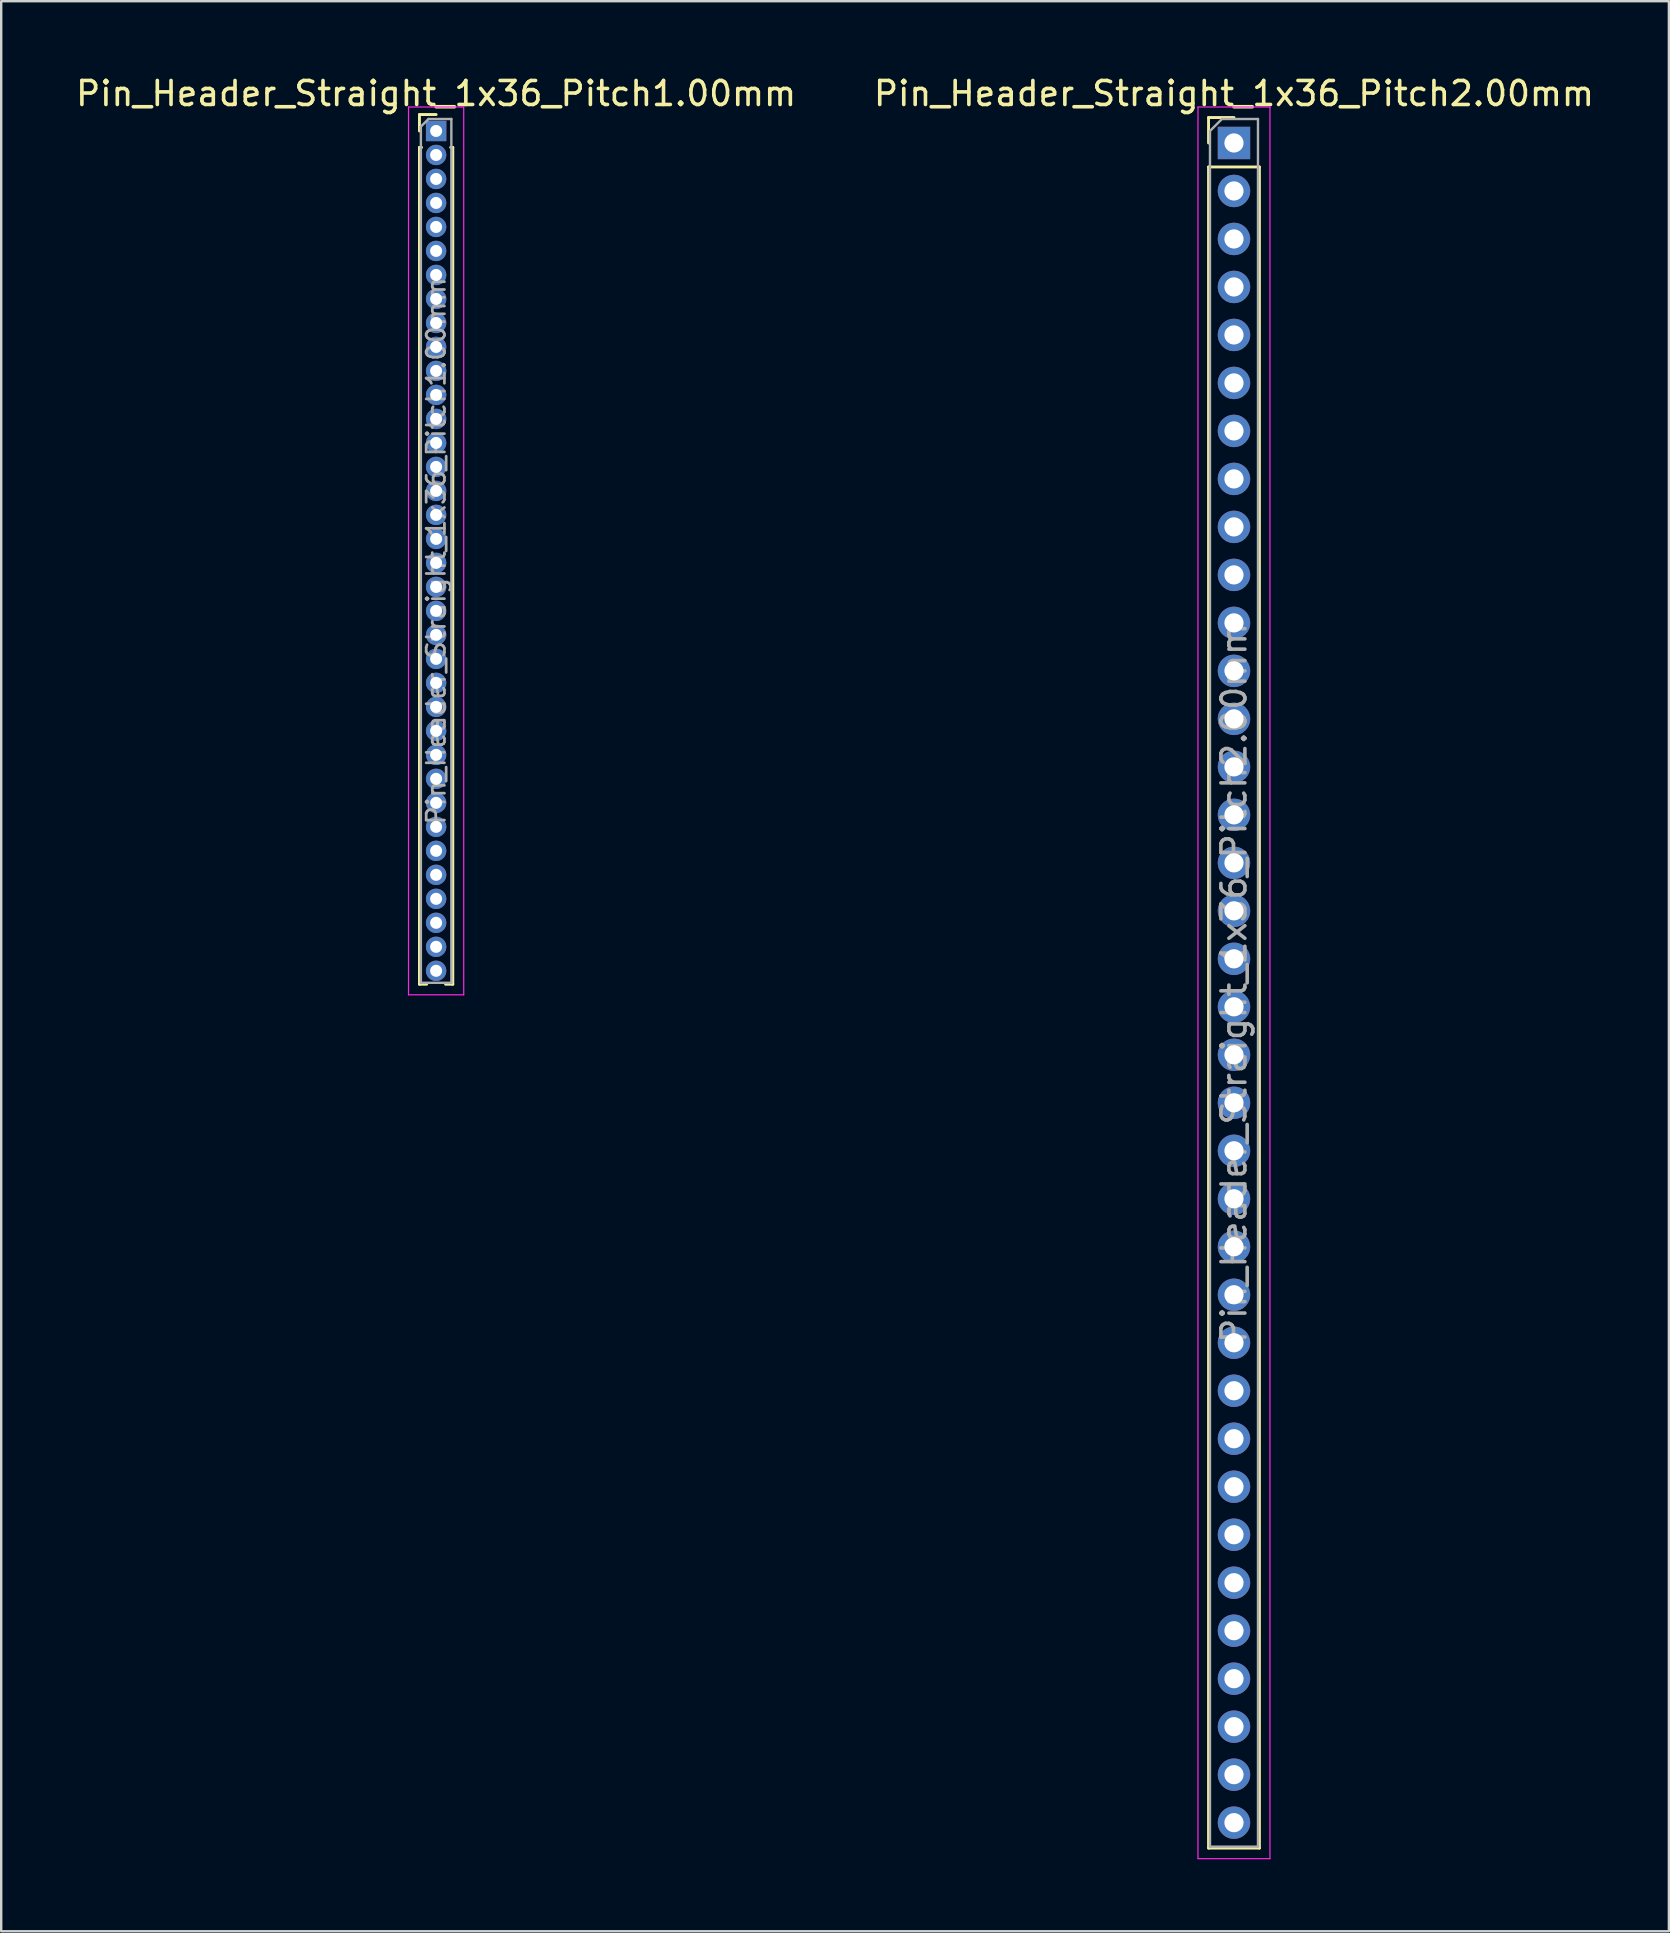
<source format=kicad_pcb>
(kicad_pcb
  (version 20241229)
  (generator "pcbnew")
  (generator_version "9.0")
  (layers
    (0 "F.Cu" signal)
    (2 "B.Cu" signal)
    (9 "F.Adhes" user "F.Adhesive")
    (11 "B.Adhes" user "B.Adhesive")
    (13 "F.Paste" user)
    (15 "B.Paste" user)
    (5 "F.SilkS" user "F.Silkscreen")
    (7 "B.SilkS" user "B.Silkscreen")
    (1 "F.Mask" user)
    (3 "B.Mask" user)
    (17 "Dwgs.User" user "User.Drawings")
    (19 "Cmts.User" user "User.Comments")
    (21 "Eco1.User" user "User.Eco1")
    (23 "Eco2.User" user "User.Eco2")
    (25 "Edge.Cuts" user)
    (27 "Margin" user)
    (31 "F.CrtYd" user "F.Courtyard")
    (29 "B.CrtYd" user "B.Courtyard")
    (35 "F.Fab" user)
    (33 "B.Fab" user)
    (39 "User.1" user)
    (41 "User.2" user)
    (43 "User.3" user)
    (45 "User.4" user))
  (footprint "Pin_Header_Straight_1x36_Pitch1.00mm"
    (layer "F.Cu")
    (at 15.125 2.408)
    (property "Reference" "Pin_Header_Straight_1x36_Pitch1.00mm" (at 0 -1.56 0) (layer "F.SilkS") (effects (font (size 1 1) (thickness 0.15))))
    (attr through_hole)
    (fp_line (start -0.695 -0.685) (end 0 -0.685) (stroke (width 0.12) (type solid)) (layer "F.SilkS"))
    (fp_line (start -0.695 0) (end -0.695 -0.685) (stroke (width 0.12) (type solid)) (layer "F.SilkS"))
    (fp_line (start -0.695 0.685) (end -0.695 35.56) (stroke (width 0.12) (type solid)) (layer "F.SilkS"))
    (fp_line (start -0.695 0.685) (end -0.608 0.685) (stroke (width 0.12) (type solid)) (layer "F.SilkS"))
    (fp_line (start -0.695 35.56) (end -0.394 35.56) (stroke (width 0.12) (type solid)) (layer "F.SilkS"))
    (fp_line (start 0.394 35.56) (end 0.695 35.56) (stroke (width 0.12) (type solid)) (layer "F.SilkS"))
    (fp_line (start 0.608 0.685) (end 0.695 0.685) (stroke (width 0.12) (type solid)) (layer "F.SilkS"))
    (fp_line (start 0.695 0.685) (end 0.695 35.56) (stroke (width 0.12) (type solid)) (layer "F.SilkS"))
    (fp_line (start -1.15 -1) (end -1.15 36) (stroke (width 0.05) (type solid)) (layer "F.CrtYd"))
    (fp_line (start -1.15 36) (end 1.15 36) (stroke (width 0.05) (type solid)) (layer "F.CrtYd"))
    (fp_line (start 1.15 -1) (end -1.15 -1) (stroke (width 0.05) (type solid)) (layer "F.CrtYd"))
    (fp_line (start 1.15 36) (end 1.15 -1) (stroke (width 0.05) (type solid)) (layer "F.CrtYd"))
    (fp_line (start -0.635 -0.182) (end -0.318 -0.5) (stroke (width 0.1) (type solid)) (layer "F.Fab"))
    (fp_line (start -0.635 35.5) (end -0.635 -0.182) (stroke (width 0.1) (type solid)) (layer "F.Fab"))
    (fp_line (start -0.318 -0.5) (end 0.635 -0.5) (stroke (width 0.1) (type solid)) (layer "F.Fab"))
    (fp_line (start 0.635 -0.5) (end 0.635 35.5) (stroke (width 0.1) (type solid)) (layer "F.Fab"))
    (fp_line (start 0.635 35.5) (end -0.635 35.5) (stroke (width 0.1) (type solid)) (layer "F.Fab"))
    (fp_text user "${REFERENCE}" (at 0 17.5 90) (layer "F.Fab") (effects (font (size 0.76 0.76) (thickness 0.114))))
    (pad "1" thru_hole rect (at 0 0) (size 0.85 0.85) (drill 0.5) (layers "*.Cu" "*.Mask"))
    (pad "2" thru_hole oval (at 0 1) (size 0.85 0.85) (drill 0.5) (layers "*.Cu" "*.Mask"))
    (pad "3" thru_hole oval (at 0 2) (size 0.85 0.85) (drill 0.5) (layers "*.Cu" "*.Mask"))
    (pad "4" thru_hole oval (at 0 3) (size 0.85 0.85) (drill 0.5) (layers "*.Cu" "*.Mask"))
    (pad "5" thru_hole oval (at 0 4) (size 0.85 0.85) (drill 0.5) (layers "*.Cu" "*.Mask"))
    (pad "6" thru_hole oval (at 0 5) (size 0.85 0.85) (drill 0.5) (layers "*.Cu" "*.Mask"))
    (pad "7" thru_hole oval (at 0 6) (size 0.85 0.85) (drill 0.5) (layers "*.Cu" "*.Mask"))
    (pad "8" thru_hole oval (at 0 7) (size 0.85 0.85) (drill 0.5) (layers "*.Cu" "*.Mask"))
    (pad "9" thru_hole oval (at 0 8) (size 0.85 0.85) (drill 0.5) (layers "*.Cu" "*.Mask"))
    (pad "10" thru_hole oval (at 0 9) (size 0.85 0.85) (drill 0.5) (layers "*.Cu" "*.Mask"))
    (pad "11" thru_hole oval (at 0 10) (size 0.85 0.85) (drill 0.5) (layers "*.Cu" "*.Mask"))
    (pad "12" thru_hole oval (at 0 11) (size 0.85 0.85) (drill 0.5) (layers "*.Cu" "*.Mask"))
    (pad "13" thru_hole oval (at 0 12) (size 0.85 0.85) (drill 0.5) (layers "*.Cu" "*.Mask"))
    (pad "14" thru_hole oval (at 0 13) (size 0.85 0.85) (drill 0.5) (layers "*.Cu" "*.Mask"))
    (pad "15" thru_hole oval (at 0 14) (size 0.85 0.85) (drill 0.5) (layers "*.Cu" "*.Mask"))
    (pad "16" thru_hole oval (at 0 15) (size 0.85 0.85) (drill 0.5) (layers "*.Cu" "*.Mask"))
    (pad "17" thru_hole oval (at 0 16) (size 0.85 0.85) (drill 0.5) (layers "*.Cu" "*.Mask"))
    (pad "18" thru_hole oval (at 0 17) (size 0.85 0.85) (drill 0.5) (layers "*.Cu" "*.Mask"))
    (pad "19" thru_hole oval (at 0 18) (size 0.85 0.85) (drill 0.5) (layers "*.Cu" "*.Mask"))
    (pad "20" thru_hole oval (at 0 19) (size 0.85 0.85) (drill 0.5) (layers "*.Cu" "*.Mask"))
    (pad "21" thru_hole oval (at 0 20) (size 0.85 0.85) (drill 0.5) (layers "*.Cu" "*.Mask"))
    (pad "22" thru_hole oval (at 0 21) (size 0.85 0.85) (drill 0.5) (layers "*.Cu" "*.Mask"))
    (pad "23" thru_hole oval (at 0 22) (size 0.85 0.85) (drill 0.5) (layers "*.Cu" "*.Mask"))
    (pad "24" thru_hole oval (at 0 23) (size 0.85 0.85) (drill 0.5) (layers "*.Cu" "*.Mask"))
    (pad "25" thru_hole oval (at 0 24) (size 0.85 0.85) (drill 0.5) (layers "*.Cu" "*.Mask"))
    (pad "26" thru_hole oval (at 0 25) (size 0.85 0.85) (drill 0.5) (layers "*.Cu" "*.Mask"))
    (pad "27" thru_hole oval (at 0 26) (size 0.85 0.85) (drill 0.5) (layers "*.Cu" "*.Mask"))
    (pad "28" thru_hole oval (at 0 27) (size 0.85 0.85) (drill 0.5) (layers "*.Cu" "*.Mask"))
    (pad "29" thru_hole oval (at 0 28) (size 0.85 0.85) (drill 0.5) (layers "*.Cu" "*.Mask"))
    (pad "30" thru_hole oval (at 0 29) (size 0.85 0.85) (drill 0.5) (layers "*.Cu" "*.Mask"))
    (pad "31" thru_hole oval (at 0 30) (size 0.85 0.85) (drill 0.5) (layers "*.Cu" "*.Mask"))
    (pad "32" thru_hole oval (at 0 31) (size 0.85 0.85) (drill 0.5) (layers "*.Cu" "*.Mask"))
    (pad "33" thru_hole oval (at 0 32) (size 0.85 0.85) (drill 0.5) (layers "*.Cu" "*.Mask"))
    (pad "34" thru_hole oval (at 0 33) (size 0.85 0.85) (drill 0.5) (layers "*.Cu" "*.Mask"))
    (pad "35" thru_hole oval (at 0 34) (size 0.85 0.85) (drill 0.5) (layers "*.Cu" "*.Mask"))
    (pad "36" thru_hole oval (at 0 35) (size 0.85 0.85) (drill 0.5) (layers "*.Cu" "*.Mask")))
  (footprint "Pin_Header_Straight_1x36_Pitch2.00mm"
    (layer "F.Cu")
    (at 48.375 2.908)
    (property "Reference" "Pin_Header_Straight_1x36_Pitch2.00mm" (at 0 -2.06 0) (layer "F.SilkS") (effects (font (size 1 1) (thickness 0.15))))
    (attr through_hole)
    (fp_line (start -1.06 -1.06) (end 0 -1.06) (stroke (width 0.12) (type solid)) (layer "F.SilkS"))
    (fp_line (start -1.06 0) (end -1.06 -1.06) (stroke (width 0.12) (type solid)) (layer "F.SilkS"))
    (fp_line (start -1.06 1) (end -1.06 71.06) (stroke (width 0.12) (type solid)) (layer "F.SilkS"))
    (fp_line (start -1.06 1) (end 1.06 1) (stroke (width 0.12) (type solid)) (layer "F.SilkS"))
    (fp_line (start -1.06 71.06) (end 1.06 71.06) (stroke (width 0.12) (type solid)) (layer "F.SilkS"))
    (fp_line (start 1.06 1) (end 1.06 71.06) (stroke (width 0.12) (type solid)) (layer "F.SilkS"))
    (fp_line (start -1.5 -1.5) (end -1.5 71.5) (stroke (width 0.05) (type solid)) (layer "F.CrtYd"))
    (fp_line (start -1.5 71.5) (end 1.5 71.5) (stroke (width 0.05) (type solid)) (layer "F.CrtYd"))
    (fp_line (start 1.5 -1.5) (end -1.5 -1.5) (stroke (width 0.05) (type solid)) (layer "F.CrtYd"))
    (fp_line (start 1.5 71.5) (end 1.5 -1.5) (stroke (width 0.05) (type solid)) (layer "F.CrtYd"))
    (fp_line (start -1 -0.5) (end -0.5 -1) (stroke (width 0.1) (type solid)) (layer "F.Fab"))
    (fp_line (start -1 71) (end -1 -0.5) (stroke (width 0.1) (type solid)) (layer "F.Fab"))
    (fp_line (start -0.5 -1) (end 1 -1) (stroke (width 0.1) (type solid)) (layer "F.Fab"))
    (fp_line (start 1 -1) (end 1 71) (stroke (width 0.1) (type solid)) (layer "F.Fab"))
    (fp_line (start 1 71) (end -1 71) (stroke (width 0.1) (type solid)) (layer "F.Fab"))
    (fp_text user "${REFERENCE}" (at 0 35 90) (layer "F.Fab") (effects (font (size 1 1) (thickness 0.15))))
    (pad "1" thru_hole rect (at 0 0) (size 1.35 1.35) (drill 0.8) (layers "*.Cu" "*.Mask"))
    (pad "2" thru_hole oval (at 0 2) (size 1.35 1.35) (drill 0.8) (layers "*.Cu" "*.Mask"))
    (pad "3" thru_hole oval (at 0 4) (size 1.35 1.35) (drill 0.8) (layers "*.Cu" "*.Mask"))
    (pad "4" thru_hole oval (at 0 6) (size 1.35 1.35) (drill 0.8) (layers "*.Cu" "*.Mask"))
    (pad "5" thru_hole oval (at 0 8) (size 1.35 1.35) (drill 0.8) (layers "*.Cu" "*.Mask"))
    (pad "6" thru_hole oval (at 0 10) (size 1.35 1.35) (drill 0.8) (layers "*.Cu" "*.Mask"))
    (pad "7" thru_hole oval (at 0 12) (size 1.35 1.35) (drill 0.8) (layers "*.Cu" "*.Mask"))
    (pad "8" thru_hole oval (at 0 14) (size 1.35 1.35) (drill 0.8) (layers "*.Cu" "*.Mask"))
    (pad "9" thru_hole oval (at 0 16) (size 1.35 1.35) (drill 0.8) (layers "*.Cu" "*.Mask"))
    (pad "10" thru_hole oval (at 0 18) (size 1.35 1.35) (drill 0.8) (layers "*.Cu" "*.Mask"))
    (pad "11" thru_hole oval (at 0 20) (size 1.35 1.35) (drill 0.8) (layers "*.Cu" "*.Mask"))
    (pad "12" thru_hole oval (at 0 22) (size 1.35 1.35) (drill 0.8) (layers "*.Cu" "*.Mask"))
    (pad "13" thru_hole oval (at 0 24) (size 1.35 1.35) (drill 0.8) (layers "*.Cu" "*.Mask"))
    (pad "14" thru_hole oval (at 0 26) (size 1.35 1.35) (drill 0.8) (layers "*.Cu" "*.Mask"))
    (pad "15" thru_hole oval (at 0 28) (size 1.35 1.35) (drill 0.8) (layers "*.Cu" "*.Mask"))
    (pad "16" thru_hole oval (at 0 30) (size 1.35 1.35) (drill 0.8) (layers "*.Cu" "*.Mask"))
    (pad "17" thru_hole oval (at 0 32) (size 1.35 1.35) (drill 0.8) (layers "*.Cu" "*.Mask"))
    (pad "18" thru_hole oval (at 0 34) (size 1.35 1.35) (drill 0.8) (layers "*.Cu" "*.Mask"))
    (pad "19" thru_hole oval (at 0 36) (size 1.35 1.35) (drill 0.8) (layers "*.Cu" "*.Mask"))
    (pad "20" thru_hole oval (at 0 38) (size 1.35 1.35) (drill 0.8) (layers "*.Cu" "*.Mask"))
    (pad "21" thru_hole oval (at 0 40) (size 1.35 1.35) (drill 0.8) (layers "*.Cu" "*.Mask"))
    (pad "22" thru_hole oval (at 0 42) (size 1.35 1.35) (drill 0.8) (layers "*.Cu" "*.Mask"))
    (pad "23" thru_hole oval (at 0 44) (size 1.35 1.35) (drill 0.8) (layers "*.Cu" "*.Mask"))
    (pad "24" thru_hole oval (at 0 46) (size 1.35 1.35) (drill 0.8) (layers "*.Cu" "*.Mask"))
    (pad "25" thru_hole oval (at 0 48) (size 1.35 1.35) (drill 0.8) (layers "*.Cu" "*.Mask"))
    (pad "26" thru_hole oval (at 0 50) (size 1.35 1.35) (drill 0.8) (layers "*.Cu" "*.Mask"))
    (pad "27" thru_hole oval (at 0 52) (size 1.35 1.35) (drill 0.8) (layers "*.Cu" "*.Mask"))
    (pad "28" thru_hole oval (at 0 54) (size 1.35 1.35) (drill 0.8) (layers "*.Cu" "*.Mask"))
    (pad "29" thru_hole oval (at 0 56) (size 1.35 1.35) (drill 0.8) (layers "*.Cu" "*.Mask"))
    (pad "30" thru_hole oval (at 0 58) (size 1.35 1.35) (drill 0.8) (layers "*.Cu" "*.Mask"))
    (pad "31" thru_hole oval (at 0 60) (size 1.35 1.35) (drill 0.8) (layers "*.Cu" "*.Mask"))
    (pad "32" thru_hole oval (at 0 62) (size 1.35 1.35) (drill 0.8) (layers "*.Cu" "*.Mask"))
    (pad "33" thru_hole oval (at 0 64) (size 1.35 1.35) (drill 0.8) (layers "*.Cu" "*.Mask"))
    (pad "34" thru_hole oval (at 0 66) (size 1.35 1.35) (drill 0.8) (layers "*.Cu" "*.Mask"))
    (pad "35" thru_hole oval (at 0 68) (size 1.35 1.35) (drill 0.8) (layers "*.Cu" "*.Mask"))
    (pad "36" thru_hole oval (at 0 70) (size 1.35 1.35) (drill 0.8) (layers "*.Cu" "*.Mask")))
  (gr_rect
    (start -3 -3)
    (end 66.5 77.433)
    (stroke (width 0.1) (type default))
    (fill no)
    (layer "Edge.Cuts")))
</source>
